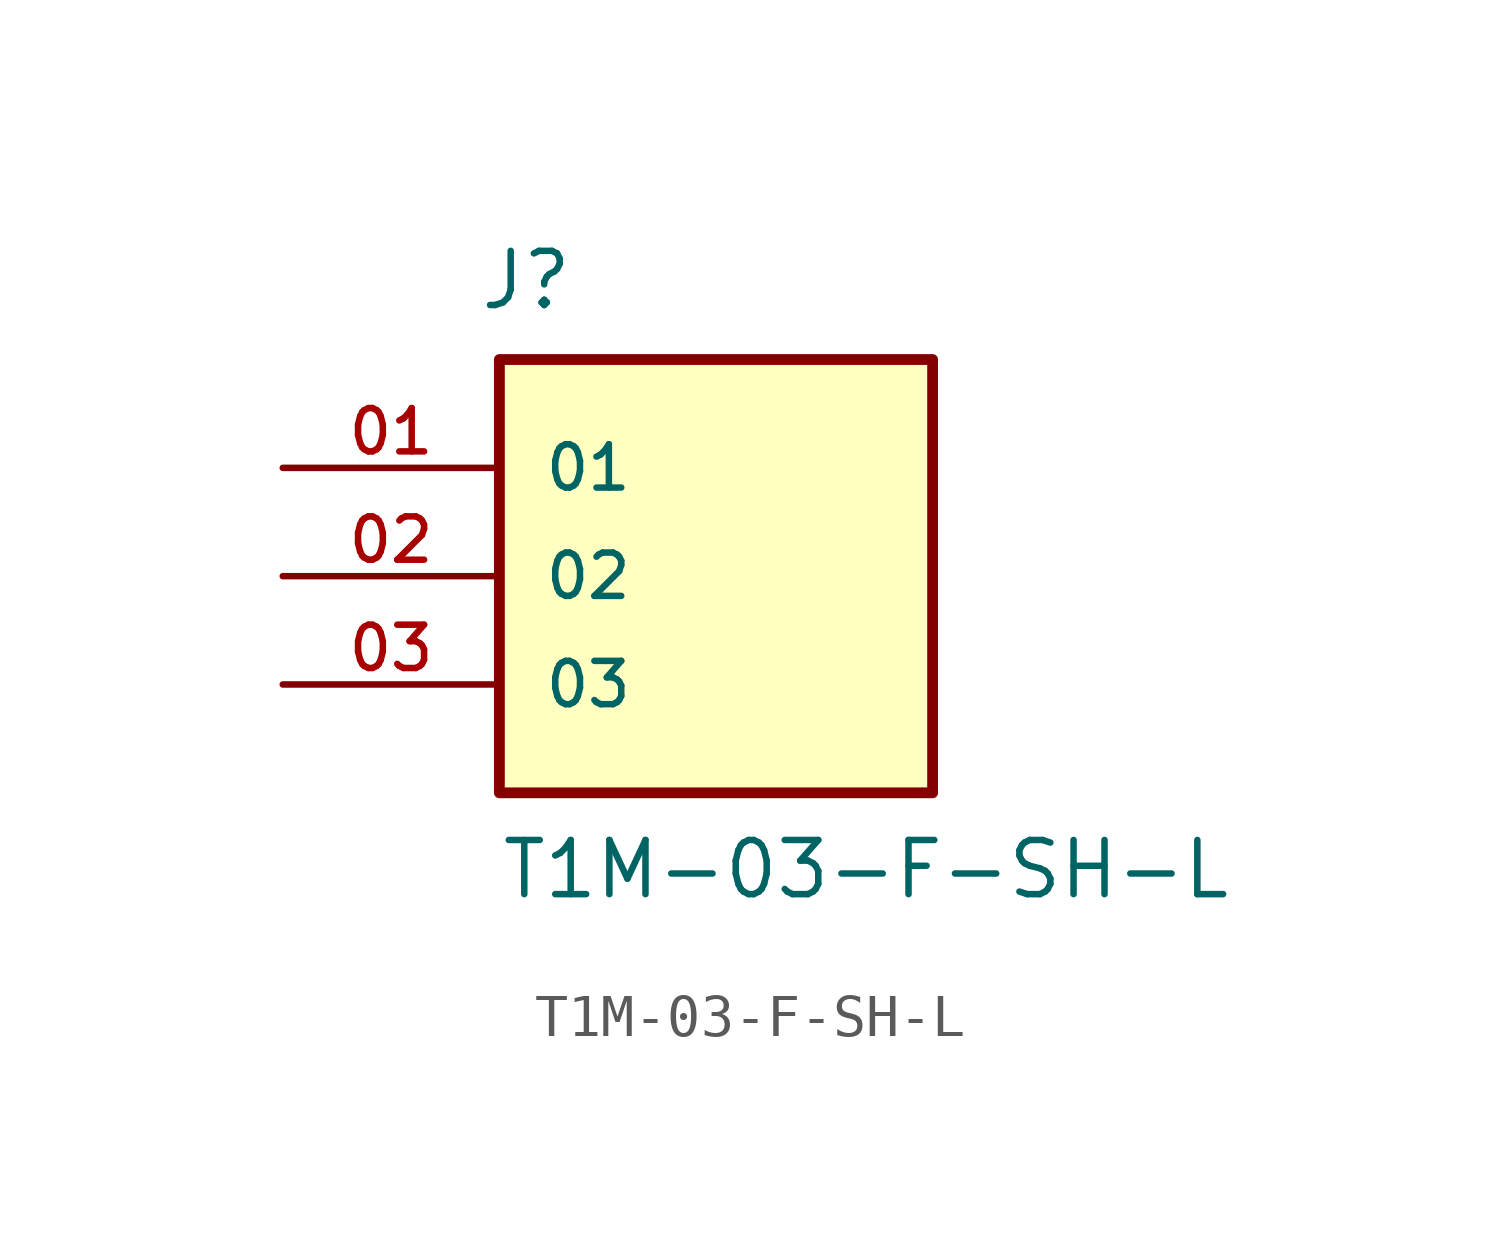
<source format=kicad_sym>
(kicad_symbol_lib
  (version 20211014)
  (generator kicad_symbol_editor)
  (symbol "T1M-03-F-SH-L"
    (pin_names
      (offset 1.016))
    (property "Reference" "J"
      (at -5.58 6.196 0)
      (effects (font (size 1.27 1.27)) (justify bottom left)))
    (property "Value" "T1M-03-F-SH-L"
      (at -5.08 -7.62 0)
      (effects (font (size 1.27 1.27)) (justify bottom left)))
    (symbol "T1M-03-F-SH-L_0_0"
      (rectangle (start -5.08 -5.08) (end 5.08 5.08) (stroke (width 0.254)) (fill (type background)))
      (pin passive line (at -10.16 2.54 0) (length 5.08) (name "01" (effects (font (size 1.016 1.016)))) (number "01" (effects (font (size 1.016 1.016)))))
      (pin passive line (at -10.16 0.0 0) (length 5.08) (name "02" (effects (font (size 1.016 1.016)))) (number "02" (effects (font (size 1.016 1.016)))))
      (pin passive line (at -10.16 -2.54 0) (length 5.08) (name "03" (effects (font (size 1.016 1.016)))) (number "03" (effects (font (size 1.016 1.016))))))))
</source>
